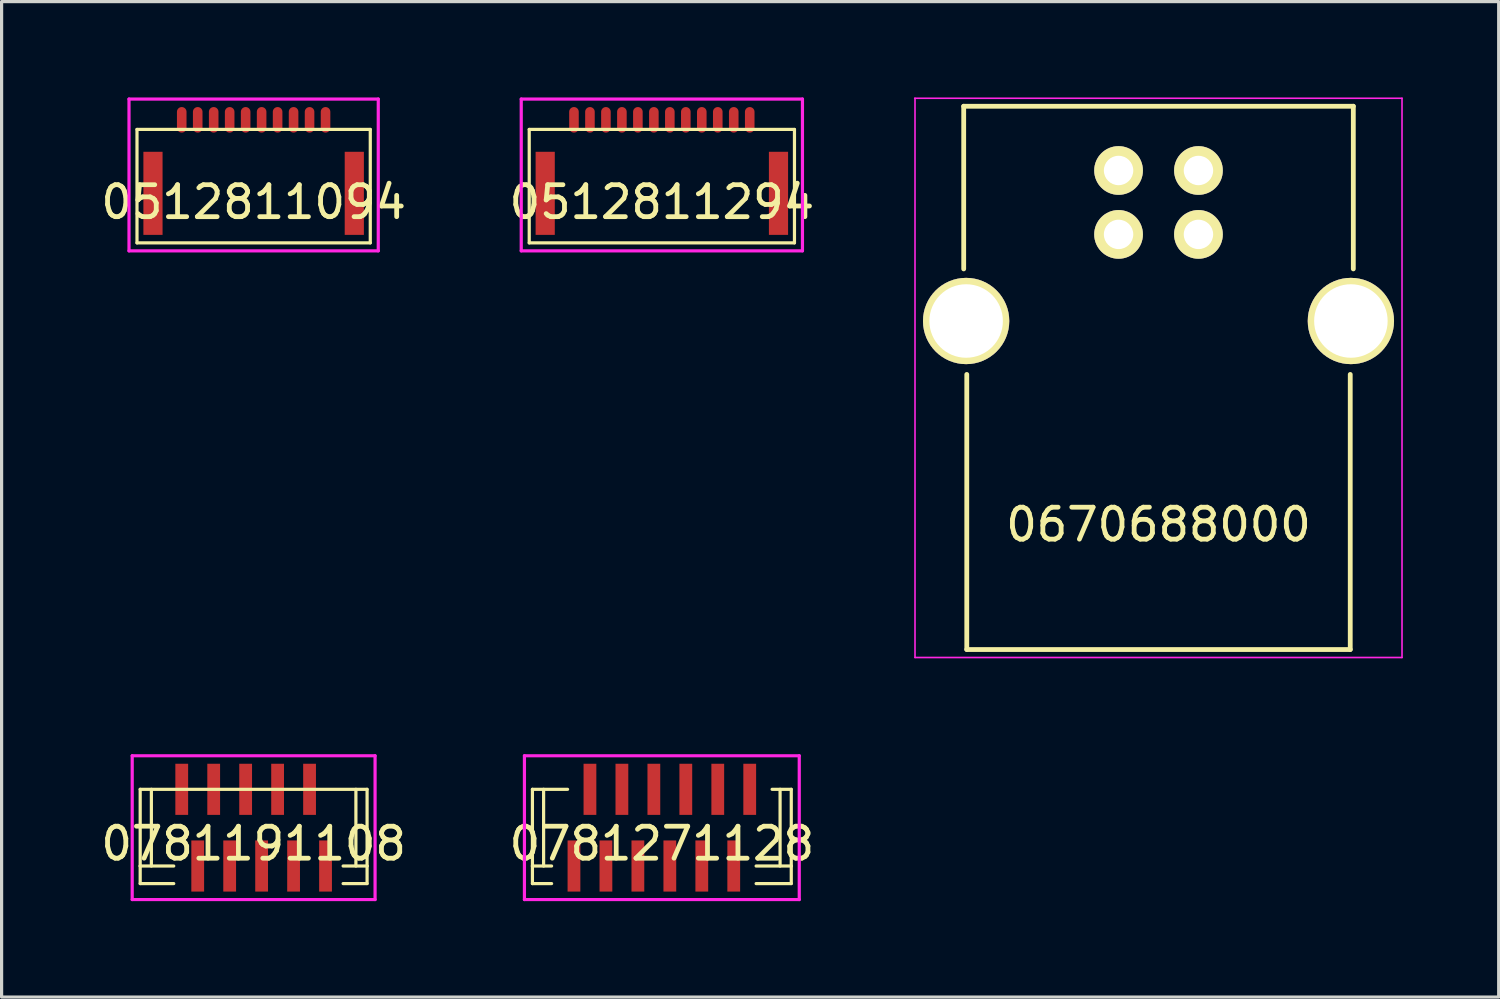
<source format=kicad_pcb>
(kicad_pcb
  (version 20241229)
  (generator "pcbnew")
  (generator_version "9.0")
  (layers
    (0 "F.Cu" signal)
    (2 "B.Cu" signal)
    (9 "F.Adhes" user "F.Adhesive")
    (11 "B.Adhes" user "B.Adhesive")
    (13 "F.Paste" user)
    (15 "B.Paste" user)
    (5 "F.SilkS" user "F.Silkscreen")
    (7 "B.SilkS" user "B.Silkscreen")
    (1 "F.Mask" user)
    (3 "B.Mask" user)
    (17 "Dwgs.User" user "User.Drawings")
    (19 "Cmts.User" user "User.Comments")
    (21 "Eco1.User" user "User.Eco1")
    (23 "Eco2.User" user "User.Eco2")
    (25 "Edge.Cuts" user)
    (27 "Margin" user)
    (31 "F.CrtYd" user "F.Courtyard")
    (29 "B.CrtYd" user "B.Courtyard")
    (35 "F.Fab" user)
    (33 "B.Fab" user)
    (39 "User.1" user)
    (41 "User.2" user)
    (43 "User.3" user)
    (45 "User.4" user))
  (footprint "0512811294"
    (layer "F.Cu")
    (at 17.661 2.775)
    (property "Reference" "0512811294" (at 0 0.5 0) (layer "F.SilkS") (effects (font (size 1 1) (thickness 0.15))))
    (attr smd)
    (fp_line (start -4.15 -1.775) (end 4.15 -1.775) (stroke (width 0.1) (type solid)) (layer "F.SilkS"))
    (fp_line (start -4.15 1.775) (end -4.15 -1.775) (stroke (width 0.1) (type solid)) (layer "F.SilkS"))
    (fp_line (start 4.15 -1.775) (end 4.15 1.775) (stroke (width 0.1) (type solid)) (layer "F.SilkS"))
    (fp_line (start 4.15 1.775) (end -4.15 1.775) (stroke (width 0.1) (type solid)) (layer "F.SilkS"))
    (fp_line (start -4.4 -2.725) (end -4.4 2.025) (stroke (width 0.1) (type solid)) (layer "F.CrtYd"))
    (fp_line (start -4.4 2.025) (end 4.4 2.025) (stroke (width 0.1) (type solid)) (layer "F.CrtYd"))
    (fp_line (start 4.4 -2.725) (end -4.4 -2.725) (stroke (width 0.1) (type solid)) (layer "F.CrtYd"))
    (fp_line (start 4.4 2.025) (end 4.4 -2.725) (stroke (width 0.1) (type solid)) (layer "F.CrtYd"))
    (pad "1" smd oval (at -2.75 -2.075) (size 0.3 0.8) (layers "F.Cu" "F.Mask" "F.Paste"))
    (pad "2" smd oval (at -2.25 -2.075) (size 0.3 0.8) (layers "F.Cu" "F.Mask" "F.Paste"))
    (pad "3" smd oval (at -1.75 -2.075) (size 0.3 0.8) (layers "F.Cu" "F.Mask" "F.Paste"))
    (pad "4" smd oval (at -1.25 -2.075) (size 0.3 0.8) (layers "F.Cu" "F.Mask" "F.Paste"))
    (pad "5" smd oval (at -0.75 -2.075) (size 0.3 0.8) (layers "F.Cu" "F.Mask" "F.Paste"))
    (pad "6" smd oval (at -0.25 -2.075) (size 0.3 0.8) (layers "F.Cu" "F.Mask" "F.Paste"))
    (pad "7" smd oval (at 0.25 -2.075) (size 0.3 0.8) (layers "F.Cu" "F.Mask" "F.Paste"))
    (pad "8" smd oval (at 0.75 -2.075) (size 0.3 0.8) (layers "F.Cu" "F.Mask" "F.Paste"))
    (pad "9" smd oval (at 1.25 -2.075) (size 0.3 0.8) (layers "F.Cu" "F.Mask" "F.Paste"))
    (pad "10" smd oval (at 1.75 -2.075) (size 0.3 0.8) (layers "F.Cu" "F.Mask" "F.Paste"))
    (pad "11" smd oval (at 2.25 -2.075) (size 0.3 0.8) (layers "F.Cu" "F.Mask" "F.Paste"))
    (pad "12" smd oval (at 2.75 -2.075) (size 0.3 0.8) (layers "F.Cu" "F.Mask" "F.Paste"))
    (pad "FG" smd rect (at -3.65 0.225) (size 0.6 2.6) (layers "F.Cu" "F.Mask" "F.Paste"))
    (pad "FG" smd rect (at 3.65 0.225) (size 0.6 2.6) (layers "F.Cu" "F.Mask" "F.Paste")))
  (footprint "0781271128"
    (layer "F.Cu")
    (at 17.661 22.85)
    (property "Reference" "0781271128" (at 0 0.5 0) (layer "F.SilkS") (effects (font (size 1 1) (thickness 0.15))))
    (attr smd)
    (fp_line (start -4.05 -1.2) (end -2.95 -1.2) (stroke (width 0.1) (type solid)) (layer "F.SilkS"))
    (fp_line (start -4.05 1.2) (end -4.05 -1.2) (stroke (width 0.1) (type solid)) (layer "F.SilkS"))
    (fp_line (start -4.05 1.2) (end -3.45 1.2) (stroke (width 0.1) (type solid)) (layer "F.SilkS"))
    (fp_line (start -4.05 1.75) (end -4.05 1.2) (stroke (width 0.1) (type solid)) (layer "F.SilkS"))
    (fp_line (start -4.05 1.75) (end -3.45 1.75) (stroke (width 0.1) (type solid)) (layer "F.SilkS"))
    (fp_line (start -3.7 1.2) (end -3.7 -1.2) (stroke (width 0.1) (type solid)) (layer "F.SilkS"))
    (fp_line (start 3.7 1.2) (end 3.7 -1.2) (stroke (width 0.1) (type solid)) (layer "F.SilkS"))
    (fp_line (start 4.05 -1.2) (end 3.45 -1.2) (stroke (width 0.1) (type solid)) (layer "F.SilkS"))
    (fp_line (start 4.05 -1.2) (end 4.05 1.2) (stroke (width 0.1) (type solid)) (layer "F.SilkS"))
    (fp_line (start 4.05 1.2) (end 2.95 1.2) (stroke (width 0.1) (type solid)) (layer "F.SilkS"))
    (fp_line (start 4.05 1.75) (end 2.95 1.75) (stroke (width 0.1) (type solid)) (layer "F.SilkS"))
    (fp_line (start 4.05 1.75) (end 4.05 1.2) (stroke (width 0.1) (type solid)) (layer "F.SilkS"))
    (fp_line (start -4.3 -2.25) (end -4.3 2.25) (stroke (width 0.1) (type solid)) (layer "F.CrtYd"))
    (fp_line (start -4.3 -2.25) (end 4.3 -2.25) (stroke (width 0.1) (type solid)) (layer "F.CrtYd"))
    (fp_line (start 4.3 -2.25) (end 4.3 2.25) (stroke (width 0.1) (type solid)) (layer "F.CrtYd"))
    (fp_line (start 4.3 2.25) (end -4.3 2.25) (stroke (width 0.1) (type solid)) (layer "F.CrtYd"))
    (pad "1" smd rect (at 2.75 -1.2) (size 0.4 1.6) (layers "F.Cu" "F.Mask" "F.Paste"))
    (pad "2" smd rect (at 2.25 1.2) (size 0.4 1.6) (layers "F.Cu" "F.Mask" "F.Paste"))
    (pad "3" smd rect (at 1.75 -1.2) (size 0.4 1.6) (layers "F.Cu" "F.Mask" "F.Paste"))
    (pad "4" smd rect (at 1.25 1.2) (size 0.4 1.6) (layers "F.Cu" "F.Mask" "F.Paste"))
    (pad "5" smd rect (at 0.75 -1.2) (size 0.4 1.6) (layers "F.Cu" "F.Mask" "F.Paste"))
    (pad "6" smd rect (at 0.25 1.2) (size 0.4 1.6) (layers "F.Cu" "F.Mask" "F.Paste"))
    (pad "7" smd rect (at -0.25 -1.2) (size 0.4 1.6) (layers "F.Cu" "F.Mask" "F.Paste"))
    (pad "8" smd rect (at -0.75 1.2) (size 0.4 1.6) (layers "F.Cu" "F.Mask" "F.Paste"))
    (pad "9" smd rect (at -1.25 -1.2) (size 0.4 1.6) (layers "F.Cu" "F.Mask" "F.Paste"))
    (pad "10" smd rect (at -1.75 1.2) (size 0.4 1.6) (layers "F.Cu" "F.Mask" "F.Paste"))
    (pad "11" smd rect (at -2.25 -1.2) (size 0.4 1.6) (layers "F.Cu" "F.Mask" "F.Paste"))
    (pad "12" smd rect (at -2.75 1.2) (size 0.4 1.6) (layers "F.Cu" "F.Mask" "F.Paste")))
  (footprint "0781191108"
    (layer "F.Cu")
    (at 4.887 22.85)
    (property "Reference" "0781191108" (at 0 0.5 0) (layer "F.SilkS") (effects (font (size 1 1) (thickness 0.15))))
    (attr smd)
    (fp_line (start -3.55 -1.2) (end 3.55 -1.2) (stroke (width 0.1) (type solid)) (layer "F.SilkS"))
    (fp_line (start -3.55 1.2) (end -3.55 -1.2) (stroke (width 0.1) (type solid)) (layer "F.SilkS"))
    (fp_line (start -3.55 1.2) (end -2.5 1.2) (stroke (width 0.1) (type solid)) (layer "F.SilkS"))
    (fp_line (start -3.55 1.75) (end -3.55 1.2) (stroke (width 0.1) (type solid)) (layer "F.SilkS"))
    (fp_line (start -3.55 1.75) (end -2.5 1.75) (stroke (width 0.1) (type solid)) (layer "F.SilkS"))
    (fp_line (start -3.2 1.2) (end -3.2 -1.2) (stroke (width 0.1) (type solid)) (layer "F.SilkS"))
    (fp_line (start 3.2 1.2) (end 3.2 -1.2) (stroke (width 0.1) (type solid)) (layer "F.SilkS"))
    (fp_line (start 3.55 -1.2) (end 3.55 1.2) (stroke (width 0.1) (type solid)) (layer "F.SilkS"))
    (fp_line (start 3.55 1.2) (end 2.8 1.2) (stroke (width 0.1) (type solid)) (layer "F.SilkS"))
    (fp_line (start 3.55 1.75) (end 2.8 1.75) (stroke (width 0.1) (type solid)) (layer "F.SilkS"))
    (fp_line (start 3.55 1.75) (end 3.55 1.2) (stroke (width 0.1) (type solid)) (layer "F.SilkS"))
    (fp_line (start -3.8 -2.25) (end -3.8 2.25) (stroke (width 0.1) (type solid)) (layer "F.CrtYd"))
    (fp_line (start -3.8 -2.25) (end 3.8 -2.25) (stroke (width 0.1) (type solid)) (layer "F.CrtYd"))
    (fp_line (start 3.8 -2.25) (end 3.8 2.25) (stroke (width 0.1) (type solid)) (layer "F.CrtYd"))
    (fp_line (start 3.8 2.25) (end -3.8 2.25) (stroke (width 0.1) (type solid)) (layer "F.CrtYd"))
    (pad "1" smd rect (at 2.25 1.2) (size 0.4 1.6) (layers "F.Cu" "F.Mask" "F.Paste"))
    (pad "2" smd rect (at 1.75 -1.2) (size 0.4 1.6) (layers "F.Cu" "F.Mask" "F.Paste"))
    (pad "3" smd rect (at 1.25 1.2) (size 0.4 1.6) (layers "F.Cu" "F.Mask" "F.Paste"))
    (pad "4" smd rect (at 0.75 -1.2) (size 0.4 1.6) (layers "F.Cu" "F.Mask" "F.Paste"))
    (pad "5" smd rect (at 0.25 1.2) (size 0.4 1.6) (layers "F.Cu" "F.Mask" "F.Paste"))
    (pad "6" smd rect (at -0.25 -1.2) (size 0.4 1.6) (layers "F.Cu" "F.Mask" "F.Paste"))
    (pad "7" smd rect (at -0.75 1.2) (size 0.4 1.6) (layers "F.Cu" "F.Mask" "F.Paste"))
    (pad "8" smd rect (at -1.25 -1.2) (size 0.4 1.6) (layers "F.Cu" "F.Mask" "F.Paste"))
    (pad "9" smd rect (at -1.75 1.2) (size 0.4 1.6) (layers "F.Cu" "F.Mask" "F.Paste"))
    (pad "10" smd rect (at -2.25 -1.2) (size 0.4 1.6) (layers "F.Cu" "F.Mask" "F.Paste")))
  (footprint "0670688000"
    (layer "F.Cu")
    (at 33.203 8.775)
    (property "Reference" "0670688000" (at 0 4.591 0) (layer "F.SilkS") (effects (font (size 1 1) (thickness 0.15))))
    (attr through_hole)
    (fp_line (start -6.096 -8.5) (end -6.096 -3.41) (stroke (width 0.15) (type solid)) (layer "F.SilkS"))
    (fp_line (start -6.096 -8.5) (end 6.096 -8.5) (stroke (width 0.15) (type solid)) (layer "F.SilkS"))
    (fp_line (start -6 -0.108) (end -6 8.5) (stroke (width 0.15) (type solid)) (layer "F.SilkS"))
    (fp_line (start 6 -0.108) (end 6 8.5) (stroke (width 0.15) (type solid)) (layer "F.SilkS"))
    (fp_line (start 6 8.5) (end -6 8.5) (stroke (width 0.15) (type solid)) (layer "F.SilkS"))
    (fp_line (start 6.096 -8.5) (end 6.096 -3.41) (stroke (width 0.15) (type solid)) (layer "F.SilkS"))
    (fp_line (start -7.63 -8.75) (end 7.62 -8.75) (stroke (width 0.05) (type solid)) (layer "F.CrtYd"))
    (fp_line (start -7.62 8.75) (end -7.62 -8.75) (stroke (width 0.05) (type solid)) (layer "F.CrtYd"))
    (fp_line (start 7.62 -8.75) (end 7.62 8.75) (stroke (width 0.05) (type solid)) (layer "F.CrtYd"))
    (fp_line (start 7.62 8.75) (end -7.62 8.75) (stroke (width 0.05) (type solid)) (layer "F.CrtYd"))
    (pad "1" thru_hole circle (at 1.25 -6.49 180) (size 1.524 1.524) (drill 0.92) (layers "*.Cu" "*.Mask" "F.SilkS"))
    (pad "2" thru_hole circle (at -1.25 -6.49 180) (size 1.524 1.524) (drill 0.92) (layers "*.Cu" "*.Mask" "F.SilkS"))
    (pad "3" thru_hole circle (at -1.25 -4.49 180) (size 1.524 1.524) (drill 0.92) (layers "*.Cu" "*.Mask" "F.SilkS"))
    (pad "4" thru_hole circle (at 1.25 -4.49 180) (size 1.524 1.524) (drill 0.92) (layers "*.Cu" "*.Mask" "F.SilkS"))
    (pad "5" thru_hole circle (at -6.02 -1.78 180) (size 2.7 2.7) (drill 2.3) (layers "*.Cu" "*.Mask" "F.SilkS"))
    (pad "5" thru_hole circle (at 6.02 -1.78 180) (size 2.7 2.7) (drill 2.3) (layers "*.Cu" "*.Mask" "F.SilkS")))
  (footprint "0512811094"
    (layer "F.Cu")
    (at 4.887 2.775)
    (property "Reference" "0512811094" (at 0 0.5 0) (layer "F.SilkS") (effects (font (size 1 1) (thickness 0.15))))
    (attr smd)
    (fp_line (start -3.65 -1.775) (end 3.65 -1.775) (stroke (width 0.1) (type solid)) (layer "F.SilkS"))
    (fp_line (start -3.65 1.775) (end -3.65 -1.775) (stroke (width 0.1) (type solid)) (layer "F.SilkS"))
    (fp_line (start 3.65 -1.775) (end 3.65 1.775) (stroke (width 0.1) (type solid)) (layer "F.SilkS"))
    (fp_line (start 3.65 1.775) (end -3.65 1.775) (stroke (width 0.1) (type solid)) (layer "F.SilkS"))
    (fp_line (start -3.9 -2.725) (end -3.9 2.025) (stroke (width 0.1) (type solid)) (layer "F.CrtYd"))
    (fp_line (start -3.9 2.025) (end 3.9 2.025) (stroke (width 0.1) (type solid)) (layer "F.CrtYd"))
    (fp_line (start 3.9 -2.725) (end -3.9 -2.725) (stroke (width 0.1) (type solid)) (layer "F.CrtYd"))
    (fp_line (start 3.9 2.025) (end 3.9 -2.725) (stroke (width 0.1) (type solid)) (layer "F.CrtYd"))
    (pad "1" smd oval (at -2.25 -2.075) (size 0.3 0.8) (layers "F.Cu" "F.Mask" "F.Paste"))
    (pad "2" smd oval (at -1.75 -2.075) (size 0.3 0.8) (layers "F.Cu" "F.Mask" "F.Paste"))
    (pad "3" smd oval (at -1.25 -2.075) (size 0.3 0.8) (layers "F.Cu" "F.Mask" "F.Paste"))
    (pad "4" smd oval (at -0.75 -2.075) (size 0.3 0.8) (layers "F.Cu" "F.Mask" "F.Paste"))
    (pad "5" smd oval (at -0.25 -2.075) (size 0.3 0.8) (layers "F.Cu" "F.Mask" "F.Paste"))
    (pad "6" smd oval (at 0.25 -2.075) (size 0.3 0.8) (layers "F.Cu" "F.Mask" "F.Paste"))
    (pad "7" smd oval (at 0.75 -2.075) (size 0.3 0.8) (layers "F.Cu" "F.Mask" "F.Paste"))
    (pad "8" smd oval (at 1.25 -2.075) (size 0.3 0.8) (layers "F.Cu" "F.Mask" "F.Paste"))
    (pad "9" smd oval (at 1.75 -2.075) (size 0.3 0.8) (layers "F.Cu" "F.Mask" "F.Paste"))
    (pad "10" smd oval (at 2.25 -2.075) (size 0.3 0.8) (layers "F.Cu" "F.Mask" "F.Paste"))
    (pad "FG" smd rect (at -3.15 0.225) (size 0.6 2.6) (layers "F.Cu" "F.Mask" "F.Paste"))
    (pad "FG" smd rect (at 3.15 0.225) (size 0.6 2.6) (layers "F.Cu" "F.Mask" "F.Paste")))
  (gr_rect
    (start -3 -3)
    (end 43.848 28.15)
    (stroke (width 0.1) (type default))
    (fill no)
    (layer "Edge.Cuts")))
</source>
